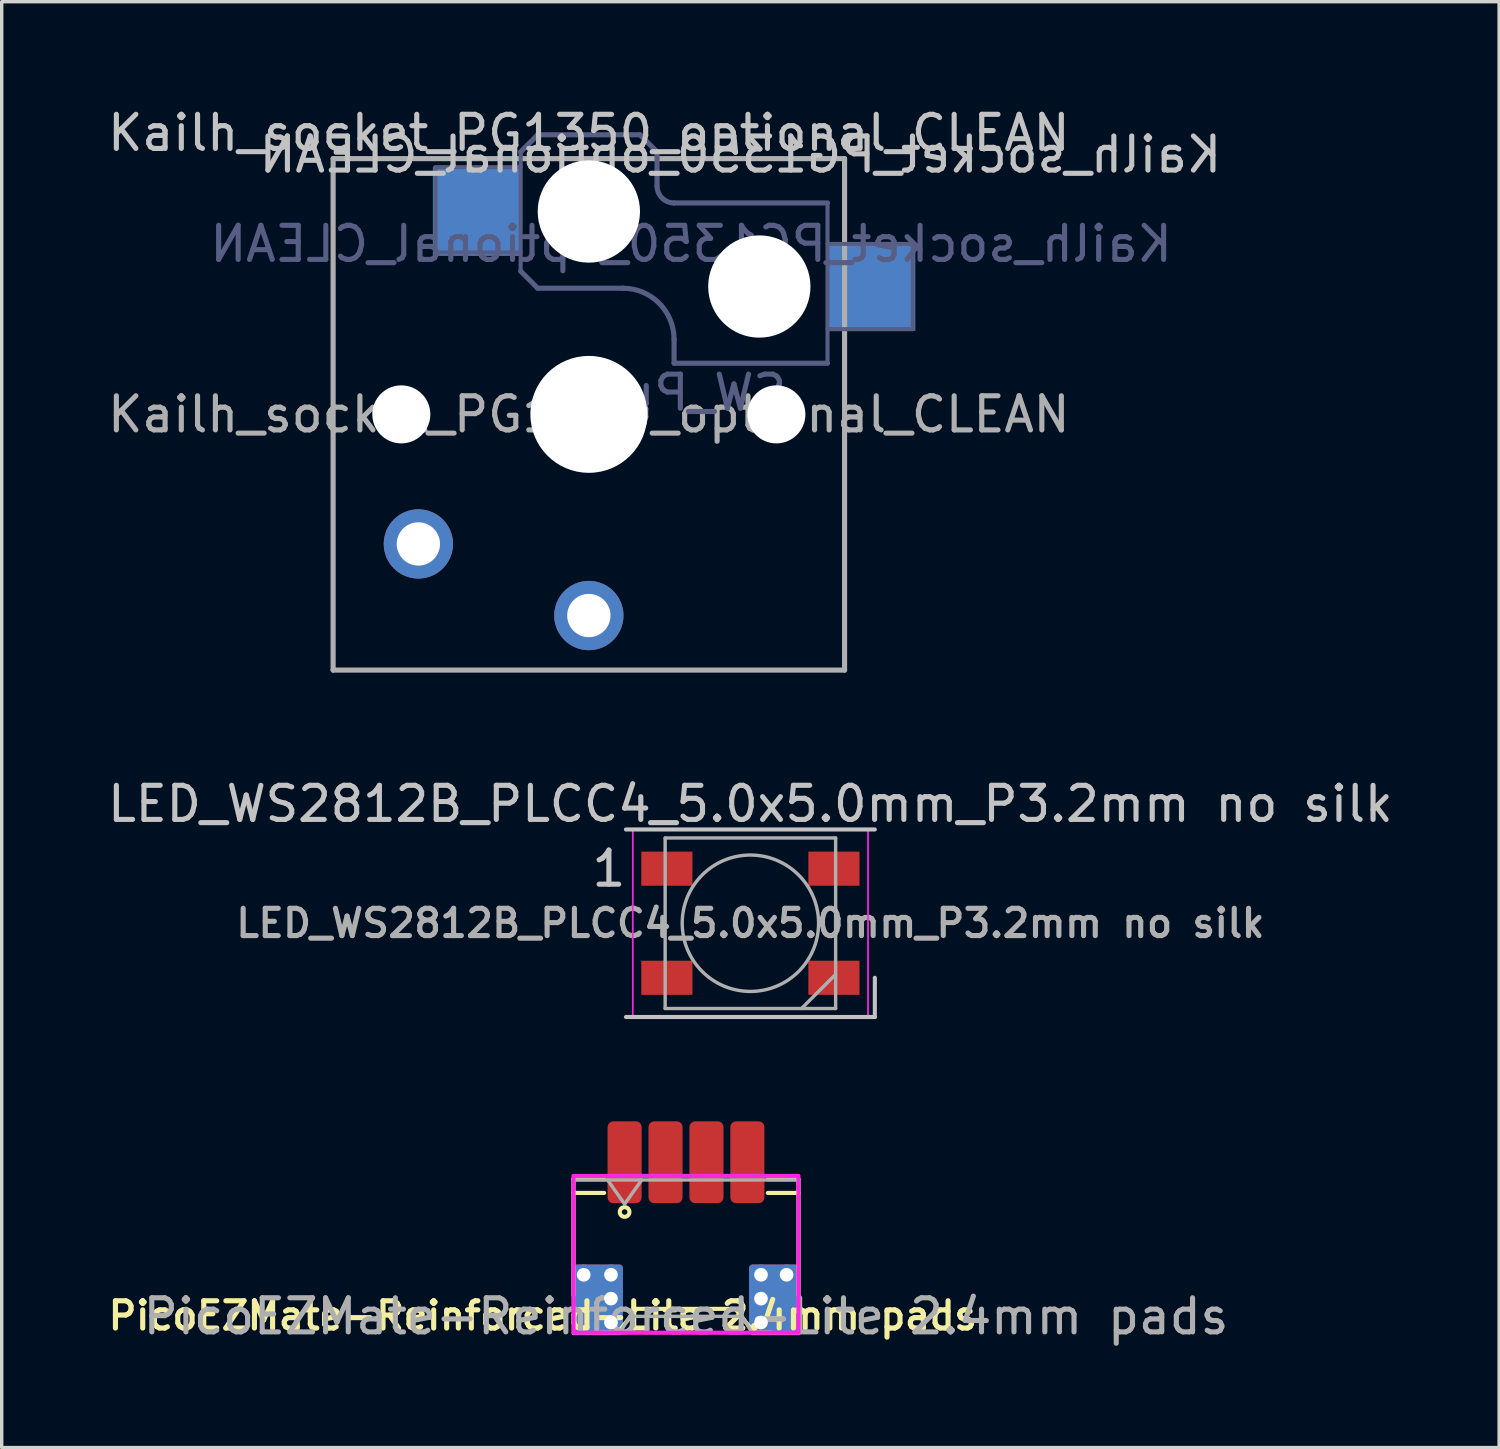
<source format=kicad_pcb>
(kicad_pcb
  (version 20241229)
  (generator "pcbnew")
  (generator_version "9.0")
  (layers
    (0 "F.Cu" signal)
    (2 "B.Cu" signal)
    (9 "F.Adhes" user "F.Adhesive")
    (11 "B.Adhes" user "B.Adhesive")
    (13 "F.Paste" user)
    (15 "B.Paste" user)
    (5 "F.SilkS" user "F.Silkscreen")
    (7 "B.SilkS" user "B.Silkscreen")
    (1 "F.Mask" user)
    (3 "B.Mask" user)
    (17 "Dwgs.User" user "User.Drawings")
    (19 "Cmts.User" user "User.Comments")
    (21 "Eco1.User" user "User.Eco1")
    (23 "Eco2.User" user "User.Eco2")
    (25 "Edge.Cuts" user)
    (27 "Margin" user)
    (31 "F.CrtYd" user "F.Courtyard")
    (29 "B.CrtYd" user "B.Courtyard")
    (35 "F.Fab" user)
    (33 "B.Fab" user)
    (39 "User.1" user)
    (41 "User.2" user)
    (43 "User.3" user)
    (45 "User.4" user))
  (footprint "LED_WS2812B_PLCC4_5.0x5.0mm_P3.2mm no silk"
    (layer "F.Cu")
    (at 18.958 24.027)
    (property "Reference" "LED_WS2812B_PLCC4_5.0x5.0mm_P3.2mm no silk" (at 0 -3.5 180) (layer "Dwgs.User") (effects (font (size 1 1) (thickness 0.15))))
    (attr smd)
    (fp_line (start -3.65 -2.75) (end 3.65 -2.75) (stroke (width 0.12) (type solid)) (layer "Dwgs.User"))
    (fp_line (start -3.65 2.75) (end 3.65 2.75) (stroke (width 0.12) (type solid)) (layer "Dwgs.User"))
    (fp_line (start 3.65 2.75) (end 3.65 1.6) (stroke (width 0.12) (type solid)) (layer "Dwgs.User"))
    (fp_line (start -3.45 -2.75) (end -3.45 2.75) (stroke (width 0.05) (type solid)) (layer "F.CrtYd"))
    (fp_line (start -3.45 2.75) (end 3.45 2.75) (stroke (width 0.05) (type solid)) (layer "F.CrtYd"))
    (fp_line (start 3.45 -2.75) (end -3.45 -2.75) (stroke (width 0.05) (type solid)) (layer "F.CrtYd"))
    (fp_line (start 3.45 2.75) (end 3.45 -2.75) (stroke (width 0.05) (type solid)) (layer "F.CrtYd"))
    (fp_line (start -2.5 -2.5) (end -2.5 2.5) (stroke (width 0.1) (type solid)) (layer "F.Fab"))
    (fp_line (start -2.5 2.5) (end 2.5 2.5) (stroke (width 0.1) (type solid)) (layer "F.Fab"))
    (fp_line (start 2.5 -2.5) (end -2.5 -2.5) (stroke (width 0.1) (type solid)) (layer "F.Fab"))
    (fp_line (start 2.5 1.5) (end 1.5 2.5) (stroke (width 0.1) (type solid)) (layer "F.Fab"))
    (fp_line (start 2.5 2.5) (end 2.5 -2.5) (stroke (width 0.1) (type solid)) (layer "F.Fab"))
    (fp_circle (center 0 0) (end 0 -2) (stroke (width 0.1) (type solid)) (fill no) (layer "F.Fab"))
    (fp_text user "1" (at -4.15 -1.6 180) (layer "Dwgs.User") (effects (font (size 1 1) (thickness 0.15))))
    (fp_text user "${REFERENCE}" (at 0 0 180) (layer "F.Fab") (effects (font (size 0.8 0.8) (thickness 0.15))))
    (pad "1" smd rect (at -2.45 -1.6) (size 1.5 1) (layers "F.Cu" "F.Mask" "F.Paste"))
    (pad "2" smd rect (at -2.45 1.6) (size 1.5 1) (layers "F.Cu" "F.Mask" "F.Paste"))
    (pad "3" smd rect (at 2.45 1.6) (size 1.5 1) (layers "F.Cu" "F.Mask" "F.Paste"))
    (pad "4" smd rect (at 2.45 -1.6) (size 1.5 1) (layers "F.Cu" "F.Mask" "F.Paste")))
  (footprint "Kailh_socket_PG1350_optional_CLEAN"
    (layer "F.Cu")
    (at 14.22 9.103)
    (property "Reference" "Kailh_socket_PG1350_optional_CLEAN" (at 0 -8.255 180) (layer "Dwgs.User") (effects (font (size 1 1) (thickness 0.15))))
    (property "Value" "SW_Push" (at 0 8.25 180) (layer "F.Fab") (hide yes) (effects (font (size 1 1) (thickness 0.15))))
    (attr through_hole)
    (fp_line (start -6.9 6.9) (end -6.9 -6.9) (stroke (width 0.15) (type solid)) (layer "Eco2.User"))
    (fp_line (start -6.9 6.9) (end 6.9 6.9) (stroke (width 0.15) (type solid)) (layer "Eco2.User"))
    (fp_line (start -2.6 -3.1) (end -2.6 -6.3) (stroke (width 0.15) (type solid)) (layer "Eco2.User"))
    (fp_line (start -2.6 -3.1) (end 2.6 -3.1) (stroke (width 0.15) (type solid)) (layer "Eco2.User"))
    (fp_line (start 2.6 -6.3) (end -2.6 -6.3) (stroke (width 0.15) (type solid)) (layer "Eco2.User"))
    (fp_line (start 2.6 -3.1) (end 2.6 -6.3) (stroke (width 0.15) (type solid)) (layer "Eco2.User"))
    (fp_line (start 6.9 -6.9) (end -6.9 -6.9) (stroke (width 0.15) (type solid)) (layer "Eco2.User"))
    (fp_line (start 6.9 -6.9) (end 6.9 6.9) (stroke (width 0.15) (type solid)) (layer "Eco2.User"))
    (fp_line (start -4.5 -7.25) (end -2 -7.25) (stroke (width 0.12) (type solid)) (layer "B.Fab"))
    (fp_line (start -4.5 -4.75) (end -4.5 -7.25) (stroke (width 0.12) (type solid)) (layer "B.Fab"))
    (fp_line (start -2 -7.7) (end -1.5 -8.2) (stroke (width 0.15) (type solid)) (layer "B.Fab"))
    (fp_line (start -2 -4.75) (end -4.5 -4.75) (stroke (width 0.12) (type solid)) (layer "B.Fab"))
    (fp_line (start -2 -4.25) (end -2 -7.7) (stroke (width 0.12) (type solid)) (layer "B.Fab"))
    (fp_line (start -2 -4.2) (end -1.5 -3.7) (stroke (width 0.15) (type solid)) (layer "B.Fab"))
    (fp_line (start -1.5 -8.2) (end 1.5 -8.2) (stroke (width 0.15) (type solid)) (layer "B.Fab"))
    (fp_line (start -1.5 -3.7) (end 1 -3.7) (stroke (width 0.15) (type solid)) (layer "B.Fab"))
    (fp_line (start 1.5 -8.2) (end 2 -7.7) (stroke (width 0.15) (type solid)) (layer "B.Fab"))
    (fp_line (start 2 -6.7) (end 2 -7.7) (stroke (width 0.15) (type solid)) (layer "B.Fab"))
    (fp_line (start 2.5 -2.2) (end 2.5 -1.5) (stroke (width 0.15) (type solid)) (layer "B.Fab"))
    (fp_line (start 2.5 -1.5) (end 7 -1.5) (stroke (width 0.15) (type solid)) (layer "B.Fab"))
    (fp_line (start 7 -6.2) (end 2.5 -6.2) (stroke (width 0.15) (type solid)) (layer "B.Fab"))
    (fp_line (start 7 -5) (end 9.5 -5) (stroke (width 0.12) (type solid)) (layer "B.Fab"))
    (fp_line (start 7 -1.5) (end 7 -6.2) (stroke (width 0.12) (type solid)) (layer "B.Fab"))
    (fp_line (start 9.5 -5) (end 9.5 -2.5) (stroke (width 0.12) (type solid)) (layer "B.Fab"))
    (fp_line (start 9.5 -2.5) (end 7 -2.5) (stroke (width 0.12) (type solid)) (layer "B.Fab"))
    (fp_arc (start 1 -3.7) (mid 2.060661 -3.26066) (end 2.5 -2.2) (stroke (width 0.15) (type solid)) (layer "B.Fab"))
    (fp_arc (start 2.5 -6.2) (mid 2.146447 -6.346447) (end 2 -6.7) (stroke (width 0.15) (type solid)) (layer "B.Fab"))
    (fp_line (start -7.5 -7.5) (end 7.5 -7.5) (stroke (width 0.15) (type solid)) (layer "F.Fab"))
    (fp_line (start -7.5 7.5) (end -7.5 -7.5) (stroke (width 0.15) (type solid)) (layer "F.Fab"))
    (fp_line (start 7.5 -7.5) (end 7.5 7.5) (stroke (width 0.15) (type solid)) (layer "F.Fab"))
    (fp_line (start 7.5 7.5) (end -7.5 7.5) (stroke (width 0.15) (type solid)) (layer "F.Fab"))
    (fp_text user "${REFERENCE}" (at 4.445 -7.62 180) (layer "Dwgs.User") (effects (font (size 1 1) (thickness 0.15)) (justify mirror)))
    (fp_text user "${VALUE}" (at 2.54 -0.635 180) (layer "B.Fab") (effects (font (size 1 1) (thickness 0.15)) (justify mirror)))
    (fp_text user "${REFERENCE}" (at 3 -5 180) (layer "B.Fab") (effects (font (size 1 1) (thickness 0.15)) (justify mirror)))
    (fp_text user "${REFERENCE}" (at 0 0 180) (layer "F.Fab") (effects (font (size 1 1) (thickness 0.15))))
    (pad "" np_thru_hole circle (at -5.5 0) (size 1.702 1.702) (drill 1.702) (layers "*.Cu" "*.Mask"))
    (pad "" np_thru_hole circle (at 0 -5.95) (size 3 3) (drill 3) (layers "*.Cu" "*.Mask"))
    (pad "" np_thru_hole circle (at 0 0) (size 3.429 3.429) (drill 3.429) (layers "*.Cu" "*.Mask"))
    (pad "" np_thru_hole circle (at 5 -3.75) (size 3 3) (drill 3) (layers "*.Cu" "*.Mask"))
    (pad "" np_thru_hole circle (at 5.5 0) (size 1.702 1.702) (drill 1.702) (layers "*.Cu" "*.Mask"))
    (pad "1" thru_hole circle (at 0 5.9) (size 2.032 2.032) (drill 1.27) (layers "*.Cu" "*.Mask"))
    (pad "1" smd rect (at 8.275 -3.75) (size 2.6 2.6) (layers "B.Cu" "B.Mask" "B.Paste"))
    (pad "2" thru_hole circle (at -5 3.8) (size 2.032 2.032) (drill 1.27) (layers "*.Cu" "*.Mask"))
    (pad "2" smd rect (at -3.275 -5.95) (size 2.6 2.6) (layers "B.Cu" "B.Mask" "B.Paste")))
  (footprint "PicoEZMate-Reinforced-Lite 2.4mm pads"
    (layer "F.Cu")
    (at 17.069 33.537)
    (property "Reference" "PicoEZMate-Reinforced-Lite 2.4mm pads" (at -4.2 2 180) (layer "F.SilkS") (effects (font (size 0.8 0.8) (thickness 0.15))))
    (attr smd)
    (fp_line (start -3.3 -2) (end -3.3 1.4) (stroke (width 0.12) (type solid)) (layer "F.SilkS"))
    (fp_line (start -3.3 -2) (end -2.4 -2) (stroke (width 0.12) (type solid)) (layer "F.SilkS"))
    (fp_line (start -2.4 -1.6) (end -3.3 -1.6) (stroke (width 0.12) (type solid)) (layer "F.SilkS"))
    (fp_line (start -2 2.5) (end -2.5 2.5) (stroke (width 0.12) (type solid)) (layer "F.SilkS"))
    (fp_line (start -1.45 1.8) (end -2 2.5) (stroke (width 0.12) (type solid)) (layer "F.SilkS"))
    (fp_line (start 1.45 1.8) (end -1.45 1.8) (stroke (width 0.12) (type solid)) (layer "F.SilkS"))
    (fp_line (start 2 2.5) (end 1.45 1.8) (stroke (width 0.12) (type solid)) (layer "F.SilkS"))
    (fp_line (start 2 2.5) (end 2.5 2.5) (stroke (width 0.12) (type solid)) (layer "F.SilkS"))
    (fp_line (start 2.4 -2) (end 3.3 -2) (stroke (width 0.12) (type solid)) (layer "F.SilkS"))
    (fp_line (start 3.3 -2) (end 3.3 1.4) (stroke (width 0.12) (type solid)) (layer "F.SilkS"))
    (fp_line (start 3.3 -1.6) (end 2.4 -1.6) (stroke (width 0.12) (type solid)) (layer "F.SilkS"))
    (fp_circle (center -1.8 -1.041) (end -1.7 -1.141) (stroke (width 0.12) (type solid)) (fill no) (layer "F.SilkS"))
    (fp_rect (start -3.3 -2.1) (end 3.3 2.5) (stroke (width 0.12) (type solid)) (fill no) (layer "F.CrtYd"))
    (fp_line (start -3.3 -1.98) (end -3.3 2.52) (stroke (width 0.1) (type solid)) (layer "F.Fab"))
    (fp_line (start -3.3 -1.98) (end 3.3 -1.98) (stroke (width 0.1) (type solid)) (layer "F.Fab"))
    (fp_line (start -3.3 2.52) (end -1.95 2.52) (stroke (width 0.1) (type solid)) (layer "F.Fab"))
    (fp_line (start -2.3 -1.98) (end -1.8 -1.273) (stroke (width 0.1) (type solid)) (layer "F.Fab"))
    (fp_line (start -1.95 2.52) (end -1.65 2.02) (stroke (width 0.1) (type solid)) (layer "F.Fab"))
    (fp_line (start -1.8 -1.273) (end -1.3 -1.98) (stroke (width 0.1) (type solid)) (layer "F.Fab"))
    (fp_line (start -1.65 2.02) (end 1.65 2.02) (stroke (width 0.1) (type solid)) (layer "F.Fab"))
    (fp_line (start 1.65 2.02) (end 1.95 2.52) (stroke (width 0.1) (type solid)) (layer "F.Fab"))
    (fp_line (start 1.95 2.52) (end 3.3 2.52) (stroke (width 0.1) (type solid)) (layer "F.Fab"))
    (fp_line (start 3.3 -1.98) (end 3.3 2.52) (stroke (width 0.1) (type solid)) (layer "F.Fab"))
    (fp_text user "${REFERENCE}" (at 0 2.02 180) (layer "F.Fab") (effects (font (size 1 1) (thickness 0.15))))
    (pad "" thru_hole circle (at -3 0.8) (size 0.6 0.6) (drill 0.4) (layers "*.Cu"))
    (pad "" smd roundrect (at -2.95 2) (size 0.7 1) (layers "F.Mask" "F.Paste") (roundrect_rratio 0.143))
    (pad "" smd roundrect (at -2.575 1.5) (size 1.45 2) (layers "F.Cu") (roundrect_rratio 0.069))
    (pad "" smd roundrect (at -2.575 1.5) (size 1.45 2) (layers "B.Cu") (roundrect_rratio 0.069))
    (pad "" thru_hole circle (at -2.2 0.8) (size 0.6 0.6) (drill 0.4) (layers "*.Cu"))
    (pad "" thru_hole circle (at -2.2 1.5) (size 0.6 0.6) (drill 0.4) (layers "*.Cu"))
    (pad "" thru_hole circle (at -2.2 2.2) (size 0.6 0.6) (drill 0.4) (layers "*.Cu"))
    (pad "" smd roundrect (at -1.8 -2) (size 0.75 1.2) (layers "F.Mask" "F.Paste") (roundrect_rratio 0.167))
    (pad "" smd roundrect (at -0.6 -2) (size 0.75 1.2) (layers "F.Mask" "F.Paste") (roundrect_rratio 0.167))
    (pad "" smd roundrect (at 0.6 -2) (size 0.75 1.2) (layers "F.Mask" "F.Paste") (roundrect_rratio 0.167))
    (pad "" smd roundrect (at 1.8 -2) (size 0.75 1.2) (layers "F.Mask" "F.Paste") (roundrect_rratio 0.167))
    (pad "" thru_hole circle (at 2.2 0.8) (size 0.6 0.6) (drill 0.4) (layers "*.Cu"))
    (pad "" thru_hole circle (at 2.2 1.5) (size 0.6 0.6) (drill 0.4) (layers "*.Cu"))
    (pad "" thru_hole circle (at 2.2 2.2) (size 0.6 0.6) (drill 0.4) (layers "*.Cu"))
    (pad "" smd roundrect (at 2.575 1.5) (size 1.45 2) (layers "F.Cu") (roundrect_rratio 0.069))
    (pad "" smd roundrect (at 2.575 1.5) (size 1.45 2) (layers "B.Cu") (roundrect_rratio 0.069))
    (pad "" thru_hole circle (at 2.95 0.8) (size 0.6 0.6) (drill 0.4) (layers "*.Cu"))
    (pad "" smd roundrect (at 2.95 2) (size 0.7 1) (layers "F.Mask" "F.Paste") (roundrect_rratio 0.143))
    (pad "1" smd roundrect (at -1.8 -2.5) (size 1 2.4) (layers "F.Cu") (roundrect_rratio 0.167))
    (pad "2" smd roundrect (at -0.6 -2.5) (size 1 2.4) (layers "F.Cu") (roundrect_rratio 0.167))
    (pad "3" smd roundrect (at 0.6 -2.5) (size 1 2.4) (layers "F.Cu") (roundrect_rratio 0.167))
    (pad "4" smd roundrect (at 1.8 -2.5) (size 1 2.4) (layers "F.Cu") (roundrect_rratio 0.167)))
  (gr_rect
    (start -3 -3)
    (end 40.917 39.405)
    (stroke (width 0.1) (type default))
    (fill no)
    (layer "Edge.Cuts")))
</source>
